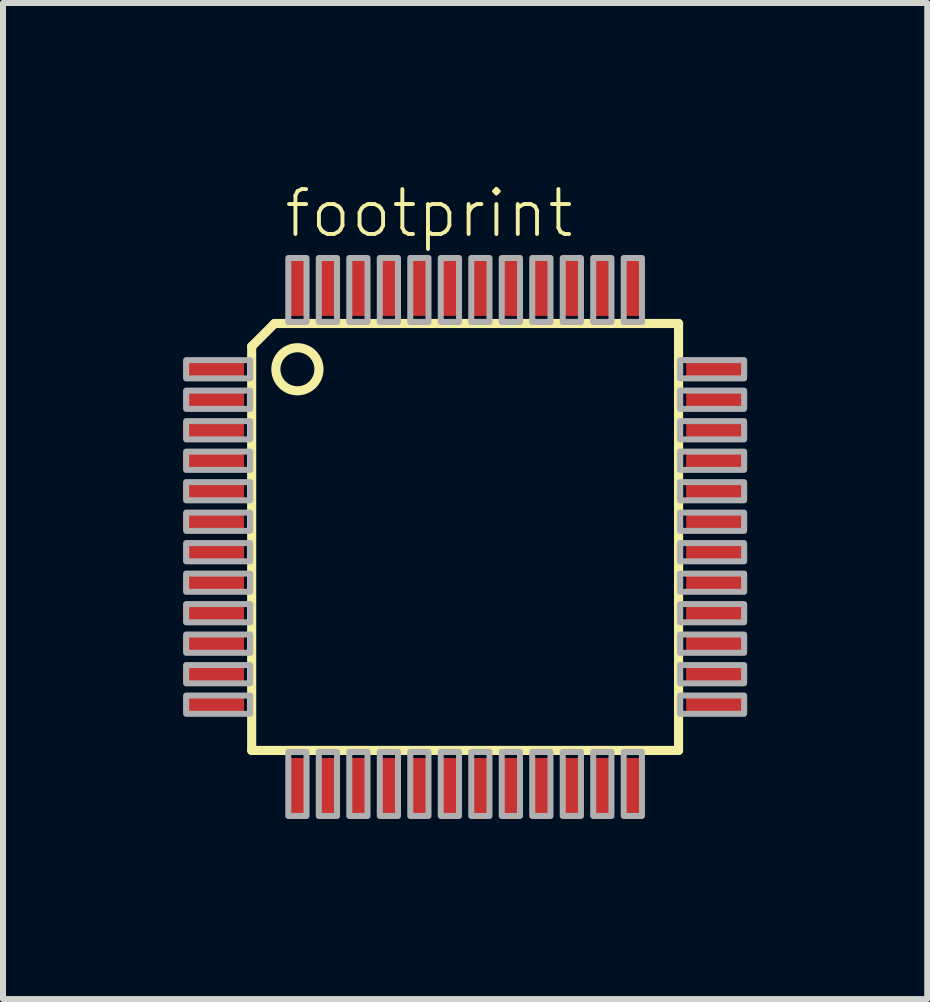
<source format=kicad_pcb>
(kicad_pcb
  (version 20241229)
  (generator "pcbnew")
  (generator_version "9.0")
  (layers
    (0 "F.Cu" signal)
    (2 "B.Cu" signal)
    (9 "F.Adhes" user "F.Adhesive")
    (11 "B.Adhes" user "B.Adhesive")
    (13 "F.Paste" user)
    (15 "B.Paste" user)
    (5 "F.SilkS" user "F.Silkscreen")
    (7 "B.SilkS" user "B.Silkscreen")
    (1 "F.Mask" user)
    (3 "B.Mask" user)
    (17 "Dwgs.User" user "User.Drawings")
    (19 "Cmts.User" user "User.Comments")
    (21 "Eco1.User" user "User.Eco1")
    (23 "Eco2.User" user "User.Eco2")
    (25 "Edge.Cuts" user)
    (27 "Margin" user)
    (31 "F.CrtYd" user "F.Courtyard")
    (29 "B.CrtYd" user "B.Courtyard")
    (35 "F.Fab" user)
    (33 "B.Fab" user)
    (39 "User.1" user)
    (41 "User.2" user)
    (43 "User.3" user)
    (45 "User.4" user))
  (footprint "footprint"
    (layer "F.Cu")
    (at 4.699 5.896)
    (property "Reference" "footprint" (at -3.048 -4.953 0) (layer "F.SilkS") (effects (font (size 0.748 0.748) (thickness 0.065)) (justify left bottom)))
    (fp_line (start -3.556 -3.175) (end -3.175 -3.556) (stroke (width 0.152) (type solid)) (layer "F.SilkS"))
    (fp_line (start -3.556 3.556) (end -3.556 -3.175) (stroke (width 0.152) (type solid)) (layer "F.SilkS"))
    (fp_line (start -3.175 -3.556) (end 3.556 -3.556) (stroke (width 0.152) (type solid)) (layer "F.SilkS"))
    (fp_line (start 3.556 -3.556) (end 3.556 3.556) (stroke (width 0.152) (type solid)) (layer "F.SilkS"))
    (fp_line (start 3.556 3.556) (end -3.556 3.556) (stroke (width 0.152) (type solid)) (layer "F.SilkS"))
    (fp_circle (center -2.794 -2.794) (end -2.435 -2.794) (stroke (width 0.152) (type solid)) (fill no) (layer "F.SilkS"))
    (fp_poly (pts (xy -4.648 -2.642) (xy -3.581 -2.642) (xy -3.581 -2.946) (xy -4.648 -2.946)) (stroke (width 0.1) (type solid)) (fill no) (layer "F.Fab"))
    (fp_poly (pts (xy -4.648 -2.134) (xy -3.581 -2.134) (xy -3.581 -2.438) (xy -4.648 -2.438)) (stroke (width 0.1) (type solid)) (fill no) (layer "F.Fab"))
    (fp_poly (pts (xy -4.648 -1.626) (xy -3.581 -1.626) (xy -3.581 -1.93) (xy -4.648 -1.93)) (stroke (width 0.1) (type solid)) (fill no) (layer "F.Fab"))
    (fp_poly (pts (xy -4.648 -1.118) (xy -3.581 -1.118) (xy -3.581 -1.422) (xy -4.648 -1.422)) (stroke (width 0.1) (type solid)) (fill no) (layer "F.Fab"))
    (fp_poly (pts (xy -4.648 -0.61) (xy -3.581 -0.61) (xy -3.581 -0.914) (xy -4.648 -0.914)) (stroke (width 0.1) (type solid)) (fill no) (layer "F.Fab"))
    (fp_poly (pts (xy -4.648 -0.102) (xy -3.581 -0.102) (xy -3.581 -0.406) (xy -4.648 -0.406)) (stroke (width 0.1) (type solid)) (fill no) (layer "F.Fab"))
    (fp_poly (pts (xy -4.648 0.406) (xy -3.581 0.406) (xy -3.581 0.102) (xy -4.648 0.102)) (stroke (width 0.1) (type solid)) (fill no) (layer "F.Fab"))
    (fp_poly (pts (xy -4.648 0.914) (xy -3.581 0.914) (xy -3.581 0.61) (xy -4.648 0.61)) (stroke (width 0.1) (type solid)) (fill no) (layer "F.Fab"))
    (fp_poly (pts (xy -4.648 1.422) (xy -3.581 1.422) (xy -3.581 1.118) (xy -4.648 1.118)) (stroke (width 0.1) (type solid)) (fill no) (layer "F.Fab"))
    (fp_poly (pts (xy -4.648 1.93) (xy -3.581 1.93) (xy -3.581 1.626) (xy -4.648 1.626)) (stroke (width 0.1) (type solid)) (fill no) (layer "F.Fab"))
    (fp_poly (pts (xy -4.648 2.438) (xy -3.581 2.438) (xy -3.581 2.134) (xy -4.648 2.134)) (stroke (width 0.1) (type solid)) (fill no) (layer "F.Fab"))
    (fp_poly (pts (xy -4.648 2.946) (xy -3.581 2.946) (xy -3.581 2.642) (xy -4.648 2.642)) (stroke (width 0.1) (type solid)) (fill no) (layer "F.Fab"))
    (fp_poly (pts (xy -2.946 -3.581) (xy -2.642 -3.581) (xy -2.642 -4.648) (xy -2.946 -4.648)) (stroke (width 0.1) (type solid)) (fill no) (layer "F.Fab"))
    (fp_poly (pts (xy -2.946 4.648) (xy -2.642 4.648) (xy -2.642 3.581) (xy -2.946 3.581)) (stroke (width 0.1) (type solid)) (fill no) (layer "F.Fab"))
    (fp_poly (pts (xy -2.438 -3.581) (xy -2.134 -3.581) (xy -2.134 -4.648) (xy -2.438 -4.648)) (stroke (width 0.1) (type solid)) (fill no) (layer "F.Fab"))
    (fp_poly (pts (xy -2.438 4.648) (xy -2.134 4.648) (xy -2.134 3.581) (xy -2.438 3.581)) (stroke (width 0.1) (type solid)) (fill no) (layer "F.Fab"))
    (fp_poly (pts (xy -1.93 -3.581) (xy -1.626 -3.581) (xy -1.626 -4.648) (xy -1.93 -4.648)) (stroke (width 0.1) (type solid)) (fill no) (layer "F.Fab"))
    (fp_poly (pts (xy -1.93 4.648) (xy -1.626 4.648) (xy -1.626 3.581) (xy -1.93 3.581)) (stroke (width 0.1) (type solid)) (fill no) (layer "F.Fab"))
    (fp_poly (pts (xy -1.422 -3.581) (xy -1.118 -3.581) (xy -1.118 -4.648) (xy -1.422 -4.648)) (stroke (width 0.1) (type solid)) (fill no) (layer "F.Fab"))
    (fp_poly (pts (xy -1.422 4.648) (xy -1.118 4.648) (xy -1.118 3.581) (xy -1.422 3.581)) (stroke (width 0.1) (type solid)) (fill no) (layer "F.Fab"))
    (fp_poly (pts (xy -0.914 -3.581) (xy -0.61 -3.581) (xy -0.61 -4.648) (xy -0.914 -4.648)) (stroke (width 0.1) (type solid)) (fill no) (layer "F.Fab"))
    (fp_poly (pts (xy -0.914 4.648) (xy -0.61 4.648) (xy -0.61 3.581) (xy -0.914 3.581)) (stroke (width 0.1) (type solid)) (fill no) (layer "F.Fab"))
    (fp_poly (pts (xy -0.406 -3.581) (xy -0.102 -3.581) (xy -0.102 -4.648) (xy -0.406 -4.648)) (stroke (width 0.1) (type solid)) (fill no) (layer "F.Fab"))
    (fp_poly (pts (xy -0.406 4.648) (xy -0.102 4.648) (xy -0.102 3.581) (xy -0.406 3.581)) (stroke (width 0.1) (type solid)) (fill no) (layer "F.Fab"))
    (fp_poly (pts (xy 0.102 -3.581) (xy 0.406 -3.581) (xy 0.406 -4.648) (xy 0.102 -4.648)) (stroke (width 0.1) (type solid)) (fill no) (layer "F.Fab"))
    (fp_poly (pts (xy 0.102 4.648) (xy 0.406 4.648) (xy 0.406 3.581) (xy 0.102 3.581)) (stroke (width 0.1) (type solid)) (fill no) (layer "F.Fab"))
    (fp_poly (pts (xy 0.61 -3.581) (xy 0.914 -3.581) (xy 0.914 -4.648) (xy 0.61 -4.648)) (stroke (width 0.1) (type solid)) (fill no) (layer "F.Fab"))
    (fp_poly (pts (xy 0.61 4.648) (xy 0.914 4.648) (xy 0.914 3.581) (xy 0.61 3.581)) (stroke (width 0.1) (type solid)) (fill no) (layer "F.Fab"))
    (fp_poly (pts (xy 1.118 -3.581) (xy 1.422 -3.581) (xy 1.422 -4.648) (xy 1.118 -4.648)) (stroke (width 0.1) (type solid)) (fill no) (layer "F.Fab"))
    (fp_poly (pts (xy 1.118 4.648) (xy 1.422 4.648) (xy 1.422 3.581) (xy 1.118 3.581)) (stroke (width 0.1) (type solid)) (fill no) (layer "F.Fab"))
    (fp_poly (pts (xy 1.626 -3.581) (xy 1.93 -3.581) (xy 1.93 -4.648) (xy 1.626 -4.648)) (stroke (width 0.1) (type solid)) (fill no) (layer "F.Fab"))
    (fp_poly (pts (xy 1.626 4.648) (xy 1.93 4.648) (xy 1.93 3.581) (xy 1.626 3.581)) (stroke (width 0.1) (type solid)) (fill no) (layer "F.Fab"))
    (fp_poly (pts (xy 2.134 -3.581) (xy 2.438 -3.581) (xy 2.438 -4.648) (xy 2.134 -4.648)) (stroke (width 0.1) (type solid)) (fill no) (layer "F.Fab"))
    (fp_poly (pts (xy 2.134 4.648) (xy 2.438 4.648) (xy 2.438 3.581) (xy 2.134 3.581)) (stroke (width 0.1) (type solid)) (fill no) (layer "F.Fab"))
    (fp_poly (pts (xy 2.642 -3.581) (xy 2.946 -3.581) (xy 2.946 -4.648) (xy 2.642 -4.648)) (stroke (width 0.1) (type solid)) (fill no) (layer "F.Fab"))
    (fp_poly (pts (xy 2.642 4.648) (xy 2.946 4.648) (xy 2.946 3.581) (xy 2.642 3.581)) (stroke (width 0.1) (type solid)) (fill no) (layer "F.Fab"))
    (fp_poly (pts (xy 3.581 -2.642) (xy 4.648 -2.642) (xy 4.648 -2.946) (xy 3.581 -2.946)) (stroke (width 0.1) (type solid)) (fill no) (layer "F.Fab"))
    (fp_poly (pts (xy 3.581 -2.134) (xy 4.648 -2.134) (xy 4.648 -2.438) (xy 3.581 -2.438)) (stroke (width 0.1) (type solid)) (fill no) (layer "F.Fab"))
    (fp_poly (pts (xy 3.581 -1.626) (xy 4.648 -1.626) (xy 4.648 -1.93) (xy 3.581 -1.93)) (stroke (width 0.1) (type solid)) (fill no) (layer "F.Fab"))
    (fp_poly (pts (xy 3.581 -1.118) (xy 4.648 -1.118) (xy 4.648 -1.422) (xy 3.581 -1.422)) (stroke (width 0.1) (type solid)) (fill no) (layer "F.Fab"))
    (fp_poly (pts (xy 3.581 -0.61) (xy 4.648 -0.61) (xy 4.648 -0.914) (xy 3.581 -0.914)) (stroke (width 0.1) (type solid)) (fill no) (layer "F.Fab"))
    (fp_poly (pts (xy 3.581 -0.102) (xy 4.648 -0.102) (xy 4.648 -0.406) (xy 3.581 -0.406)) (stroke (width 0.1) (type solid)) (fill no) (layer "F.Fab"))
    (fp_poly (pts (xy 3.581 0.406) (xy 4.648 0.406) (xy 4.648 0.102) (xy 3.581 0.102)) (stroke (width 0.1) (type solid)) (fill no) (layer "F.Fab"))
    (fp_poly (pts (xy 3.581 0.914) (xy 4.648 0.914) (xy 4.648 0.61) (xy 3.581 0.61)) (stroke (width 0.1) (type solid)) (fill no) (layer "F.Fab"))
    (fp_poly (pts (xy 3.581 1.422) (xy 4.648 1.422) (xy 4.648 1.118) (xy 3.581 1.118)) (stroke (width 0.1) (type solid)) (fill no) (layer "F.Fab"))
    (fp_poly (pts (xy 3.581 1.93) (xy 4.648 1.93) (xy 4.648 1.626) (xy 3.581 1.626)) (stroke (width 0.1) (type solid)) (fill no) (layer "F.Fab"))
    (fp_poly (pts (xy 3.581 2.438) (xy 4.648 2.438) (xy 4.648 2.134) (xy 3.581 2.134)) (stroke (width 0.1) (type solid)) (fill no) (layer "F.Fab"))
    (fp_poly (pts (xy 3.581 2.946) (xy 4.648 2.946) (xy 4.648 2.642) (xy 3.581 2.642)) (stroke (width 0.1) (type solid)) (fill no) (layer "F.Fab"))
    (pad "1" smd rect (at -4.191 -2.794) (size 1.016 0.305) (layers "F.Cu" "F.Mask" "F.Paste"))
    (pad "2" smd rect (at -4.191 -2.286) (size 1.016 0.305) (layers "F.Cu" "F.Mask" "F.Paste"))
    (pad "3" smd rect (at -4.191 -1.778) (size 1.016 0.305) (layers "F.Cu" "F.Mask" "F.Paste"))
    (pad "4" smd rect (at -4.191 -1.27) (size 1.016 0.305) (layers "F.Cu" "F.Mask" "F.Paste"))
    (pad "5" smd rect (at -4.191 -0.762) (size 1.016 0.305) (layers "F.Cu" "F.Mask" "F.Paste"))
    (pad "6" smd rect (at -4.191 -0.254) (size 1.016 0.305) (layers "F.Cu" "F.Mask" "F.Paste"))
    (pad "7" smd rect (at -4.191 0.254) (size 1.016 0.305) (layers "F.Cu" "F.Mask" "F.Paste"))
    (pad "8" smd rect (at -4.191 0.762) (size 1.016 0.305) (layers "F.Cu" "F.Mask" "F.Paste"))
    (pad "9" smd rect (at -4.191 1.27) (size 1.016 0.305) (layers "F.Cu" "F.Mask" "F.Paste"))
    (pad "10" smd rect (at -4.191 1.778) (size 1.016 0.305) (layers "F.Cu" "F.Mask" "F.Paste"))
    (pad "11" smd rect (at -4.191 2.286) (size 1.016 0.305) (layers "F.Cu" "F.Mask" "F.Paste"))
    (pad "12" smd rect (at -4.191 2.794) (size 1.016 0.305) (layers "F.Cu" "F.Mask" "F.Paste"))
    (pad "13" smd rect (at -2.794 4.191) (size 0.305 1.016) (layers "F.Cu" "F.Mask" "F.Paste"))
    (pad "14" smd rect (at -2.286 4.191) (size 0.305 1.016) (layers "F.Cu" "F.Mask" "F.Paste"))
    (pad "15" smd rect (at -1.778 4.191) (size 0.305 1.016) (layers "F.Cu" "F.Mask" "F.Paste"))
    (pad "16" smd rect (at -1.27 4.191) (size 0.305 1.016) (layers "F.Cu" "F.Mask" "F.Paste"))
    (pad "17" smd rect (at -0.762 4.191) (size 0.305 1.016) (layers "F.Cu" "F.Mask" "F.Paste"))
    (pad "18" smd rect (at -0.254 4.191) (size 0.305 1.016) (layers "F.Cu" "F.Mask" "F.Paste"))
    (pad "19" smd rect (at 0.254 4.191) (size 0.305 1.016) (layers "F.Cu" "F.Mask" "F.Paste"))
    (pad "20" smd rect (at 0.762 4.191) (size 0.305 1.016) (layers "F.Cu" "F.Mask" "F.Paste"))
    (pad "21" smd rect (at 1.27 4.191) (size 0.305 1.016) (layers "F.Cu" "F.Mask" "F.Paste"))
    (pad "22" smd rect (at 1.778 4.191) (size 0.305 1.016) (layers "F.Cu" "F.Mask" "F.Paste"))
    (pad "23" smd rect (at 2.286 4.191) (size 0.305 1.016) (layers "F.Cu" "F.Mask" "F.Paste"))
    (pad "24" smd rect (at 2.794 4.191) (size 0.305 1.016) (layers "F.Cu" "F.Mask" "F.Paste"))
    (pad "25" smd rect (at 4.191 2.794) (size 1.016 0.305) (layers "F.Cu" "F.Mask" "F.Paste"))
    (pad "26" smd rect (at 4.191 2.286) (size 1.016 0.305) (layers "F.Cu" "F.Mask" "F.Paste"))
    (pad "27" smd rect (at 4.191 1.778) (size 1.016 0.305) (layers "F.Cu" "F.Mask" "F.Paste"))
    (pad "28" smd rect (at 4.191 1.27) (size 1.016 0.305) (layers "F.Cu" "F.Mask" "F.Paste"))
    (pad "29" smd rect (at 4.191 0.762) (size 1.016 0.305) (layers "F.Cu" "F.Mask" "F.Paste"))
    (pad "30" smd rect (at 4.191 0.254) (size 1.016 0.305) (layers "F.Cu" "F.Mask" "F.Paste"))
    (pad "31" smd rect (at 4.191 -0.254) (size 1.016 0.305) (layers "F.Cu" "F.Mask" "F.Paste"))
    (pad "32" smd rect (at 4.191 -0.762) (size 1.016 0.305) (layers "F.Cu" "F.Mask" "F.Paste"))
    (pad "33" smd rect (at 4.191 -1.27) (size 1.016 0.305) (layers "F.Cu" "F.Mask" "F.Paste"))
    (pad "34" smd rect (at 4.191 -1.778) (size 1.016 0.305) (layers "F.Cu" "F.Mask" "F.Paste"))
    (pad "35" smd rect (at 4.191 -2.286) (size 1.016 0.305) (layers "F.Cu" "F.Mask" "F.Paste"))
    (pad "36" smd rect (at 4.191 -2.794) (size 1.016 0.305) (layers "F.Cu" "F.Mask" "F.Paste"))
    (pad "37" smd rect (at 2.794 -4.191) (size 0.305 1.016) (layers "F.Cu" "F.Mask" "F.Paste"))
    (pad "38" smd rect (at 2.286 -4.191) (size 0.305 1.016) (layers "F.Cu" "F.Mask" "F.Paste"))
    (pad "39" smd rect (at 1.778 -4.191) (size 0.305 1.016) (layers "F.Cu" "F.Mask" "F.Paste"))
    (pad "40" smd rect (at 1.27 -4.191) (size 0.305 1.016) (layers "F.Cu" "F.Mask" "F.Paste"))
    (pad "41" smd rect (at 0.762 -4.191) (size 0.305 1.016) (layers "F.Cu" "F.Mask" "F.Paste"))
    (pad "42" smd rect (at 0.254 -4.191) (size 0.305 1.016) (layers "F.Cu" "F.Mask" "F.Paste"))
    (pad "43" smd rect (at -0.254 -4.191) (size 0.305 1.016) (layers "F.Cu" "F.Mask" "F.Paste"))
    (pad "44" smd rect (at -0.762 -4.191) (size 0.305 1.016) (layers "F.Cu" "F.Mask" "F.Paste"))
    (pad "45" smd rect (at -1.27 -4.191) (size 0.305 1.016) (layers "F.Cu" "F.Mask" "F.Paste"))
    (pad "46" smd rect (at -1.778 -4.191) (size 0.305 1.016) (layers "F.Cu" "F.Mask" "F.Paste"))
    (pad "47" smd rect (at -2.286 -4.191) (size 0.305 1.016) (layers "F.Cu" "F.Mask" "F.Paste"))
    (pad "48" smd rect (at -2.794 -4.191) (size 0.305 1.016) (layers "F.Cu" "F.Mask" "F.Paste")))
  (gr_rect
    (start -3 -3)
    (end 12.398 13.595)
    (stroke (width 0.1) (type default))
    (fill no)
    (layer "Edge.Cuts")))
</source>
